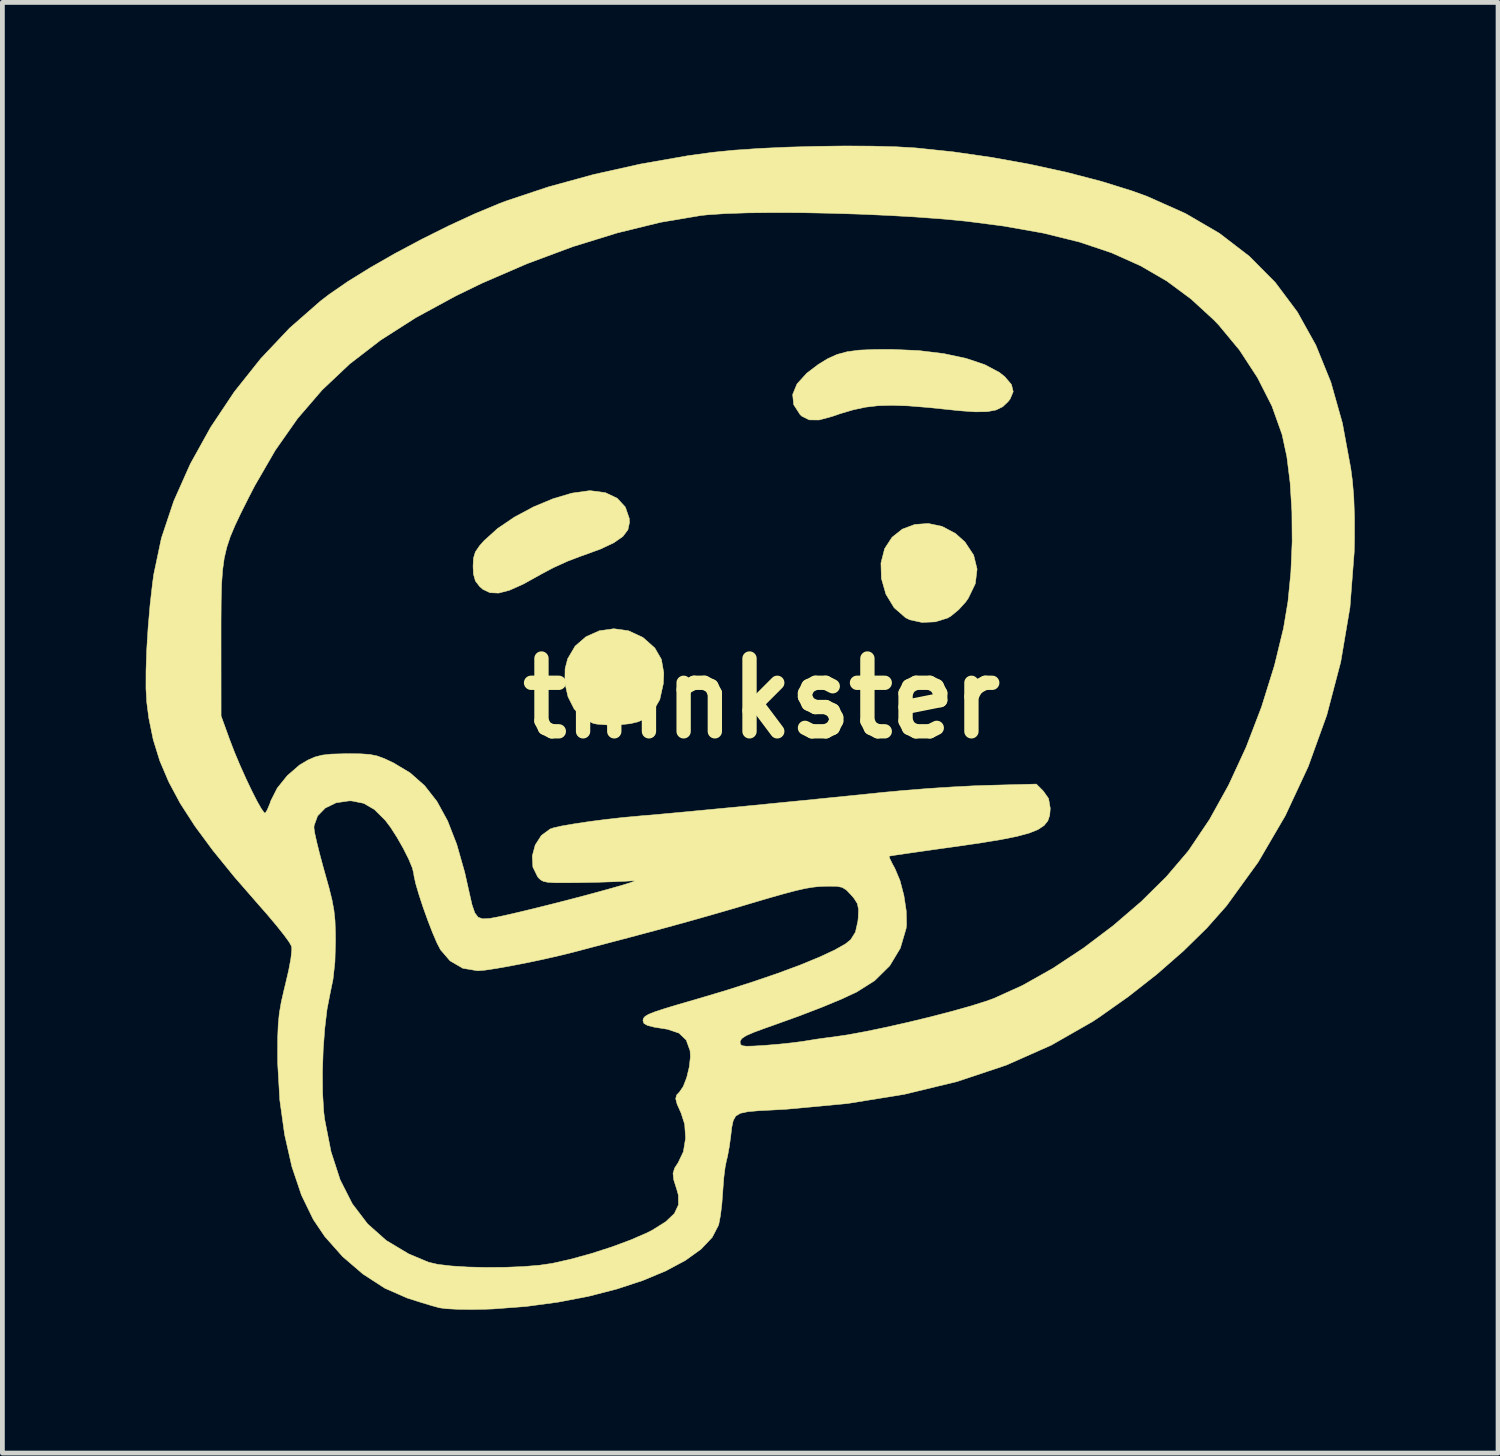
<source format=kicad_pcb>
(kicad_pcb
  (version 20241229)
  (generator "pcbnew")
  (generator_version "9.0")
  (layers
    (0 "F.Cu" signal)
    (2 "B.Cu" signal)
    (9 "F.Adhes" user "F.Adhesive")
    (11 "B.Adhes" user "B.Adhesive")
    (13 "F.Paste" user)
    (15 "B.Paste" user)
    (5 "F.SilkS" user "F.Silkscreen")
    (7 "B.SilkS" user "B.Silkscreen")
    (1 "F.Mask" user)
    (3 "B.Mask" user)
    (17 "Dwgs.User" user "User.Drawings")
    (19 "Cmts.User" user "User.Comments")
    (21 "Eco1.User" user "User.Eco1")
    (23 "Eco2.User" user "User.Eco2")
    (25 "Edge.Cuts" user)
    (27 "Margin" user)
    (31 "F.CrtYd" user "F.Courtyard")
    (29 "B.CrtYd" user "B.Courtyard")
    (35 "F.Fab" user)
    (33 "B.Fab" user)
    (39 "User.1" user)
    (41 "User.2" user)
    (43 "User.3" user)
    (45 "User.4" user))
  (footprint "thinkster"
    (layer "F.Cu")
    (at 12.891 11.567)
    (property "Reference" "thinkster" (at 0 0 0) (layer "F.SilkS") (effects (font (size 1.524 1.524) (thickness 0.3))))
    (attr through_hole)
    (fp_poly (pts (xy 3.776 -3.6) (xy 4.055 -3.453) (xy 4.255 -3.274) (xy 4.437 -2.999) (xy 4.509 -2.706) (xy 4.472 -2.401) (xy 4.325 -2.096) (xy 4.271 -2.019) (xy 4.125 -1.858) (xy 3.963 -1.724) (xy 3.892 -1.682) (xy 3.634 -1.602) (xy 3.355 -1.59) (xy 3.101 -1.645) (xy 3.013 -1.688) (xy 2.773 -1.897) (xy 2.601 -2.18) (xy 2.506 -2.511) (xy 2.497 -2.833) (xy 2.574 -3.135) (xy 2.73 -3.373) (xy 2.945 -3.543) (xy 3.204 -3.64) (xy 3.487 -3.661) (xy 3.776 -3.6)) (stroke (width 0.01) (type solid)) (fill yes) (layer "F.SilkS"))
    (fp_poly (pts (xy -2.785 -1.415) (xy -2.494 -1.28) (xy -2.472 -1.265) (xy -2.236 -1.055) (xy -2.098 -0.817) (xy -2.048 -0.53) (xy -2.058 -0.308) (xy -2.132 0.026) (xy -2.277 0.275) (xy -2.497 0.449) (xy -2.578 0.487) (xy -2.746 0.529) (xy -2.979 0.553) (xy -3.23 0.556) (xy -3.452 0.538) (xy -3.525 0.523) (xy -3.747 0.413) (xy -3.926 0.218) (xy -4.053 -0.035) (xy -4.119 -0.323) (xy -4.114 -0.621) (xy -4.06 -0.829) (xy -3.904 -1.094) (xy -3.676 -1.291) (xy -3.398 -1.415) (xy -3.094 -1.458) (xy -2.785 -1.415)) (stroke (width 0.01) (type solid)) (fill yes) (layer "F.SilkS"))
    (fp_poly (pts (xy -3.268 -4.305) (xy -3.022 -4.188) (xy -2.853 -4.005) (xy -2.771 -3.768) (xy -2.766 -3.682) (xy -2.799 -3.529) (xy -2.904 -3.39) (xy -3.092 -3.258) (xy -3.372 -3.126) (xy -3.753 -2.987) (xy -3.79 -2.975) (xy -4.06 -2.872) (xy -4.361 -2.735) (xy -4.628 -2.593) (xy -4.636 -2.588) (xy -4.993 -2.39) (xy -5.278 -2.263) (xy -5.504 -2.204) (xy -5.686 -2.212) (xy -5.836 -2.283) (xy -5.901 -2.34) (xy -5.991 -2.457) (xy -6.032 -2.602) (xy -6.04 -2.764) (xy -6.031 -2.937) (xy -5.992 -3.065) (xy -5.904 -3.194) (xy -5.806 -3.304) (xy -5.525 -3.557) (xy -5.172 -3.796) (xy -4.776 -4.008) (xy -4.366 -4.179) (xy -3.971 -4.296) (xy -3.619 -4.345) (xy -3.576 -4.346) (xy -3.268 -4.305)) (stroke (width 0.01) (type solid)) (fill yes) (layer "F.SilkS"))
    (fp_poly (pts (xy 3.284 -7.28) (xy 3.812 -7.216) (xy 4.279 -7.116) (xy 4.672 -6.984) (xy 4.975 -6.823) (xy 5.089 -6.732) (xy 5.229 -6.568) (xy 5.265 -6.42) (xy 5.2 -6.265) (xy 5.156 -6.209) (xy 5.045 -6.104) (xy 4.906 -6.036) (xy 4.721 -6.001) (xy 4.471 -5.997) (xy 4.136 -6.021) (xy 3.986 -6.037) (xy 3.484 -6.089) (xy 3.072 -6.122) (xy 2.73 -6.134) (xy 2.438 -6.126) (xy 2.174 -6.095) (xy 1.918 -6.04) (xy 1.65 -5.961) (xy 1.475 -5.901) (xy 1.201 -5.827) (xy 0.996 -5.829) (xy 0.841 -5.906) (xy 0.804 -5.941) (xy 0.67 -6.148) (xy 0.649 -6.361) (xy 0.74 -6.581) (xy 0.945 -6.807) (xy 1.19 -6.993) (xy 1.386 -7.112) (xy 1.577 -7.198) (xy 1.788 -7.255) (xy 2.042 -7.289) (xy 2.365 -7.303) (xy 2.709 -7.305) (xy 3.284 -7.28)) (stroke (width 0.01) (type solid)) (fill yes) (layer "F.SilkS"))
    (fp_poly (pts (xy 2.309 -11.559) (xy 2.823 -11.545) (xy 3.227 -11.521) (xy 4.009 -11.439) (xy 4.814 -11.323) (xy 5.617 -11.178) (xy 6.393 -11.008) (xy 7.118 -10.819) (xy 7.768 -10.616) (xy 8.072 -10.505) (xy 8.87 -10.149) (xy 9.581 -9.734) (xy 10.206 -9.254) (xy 10.749 -8.707) (xy 11.212 -8.088) (xy 11.599 -7.393) (xy 11.913 -6.619) (xy 12.155 -5.761) (xy 12.33 -4.814) (xy 12.364 -4.556) (xy 12.393 -4.215) (xy 12.408 -3.792) (xy 12.408 -3.318) (xy 12.402 -3.06) (xy 12.313 -1.904) (xy 12.12 -0.763) (xy 11.828 0.35) (xy 11.44 1.426) (xy 10.96 2.455) (xy 10.393 3.425) (xy 9.74 4.327) (xy 9.722 4.35) (xy 9.316 4.808) (xy 8.826 5.288) (xy 8.273 5.772) (xy 7.677 6.24) (xy 7.061 6.675) (xy 6.923 6.766) (xy 6.062 7.258) (xy 5.119 7.676) (xy 4.093 8.019) (xy 2.985 8.287) (xy 1.792 8.48) (xy 0.515 8.599) (xy 0.266 8.613) (xy -0.061 8.63) (xy -0.292 8.65) (xy -0.447 8.684) (xy -0.542 8.742) (xy -0.595 8.836) (xy -0.625 8.976) (xy -0.648 9.172) (xy -0.678 9.388) (xy -0.714 9.585) (xy -0.738 9.68) (xy -0.765 9.816) (xy -0.791 10.025) (xy -0.81 10.267) (xy -0.814 10.329) (xy -0.833 10.583) (xy -0.862 10.822) (xy -0.896 11.001) (xy -0.903 11.027) (xy -1.035 11.281) (xy -1.269 11.528) (xy -1.596 11.763) (xy -2.005 11.982) (xy -2.487 12.183) (xy -3.031 12.362) (xy -3.626 12.515) (xy -4.264 12.637) (xy -4.933 12.727) (xy -5.623 12.779) (xy -5.786 12.785) (xy -6.085 12.79) (xy -6.364 12.786) (xy -6.593 12.774) (xy -6.741 12.755) (xy -6.745 12.754) (xy -6.908 12.709) (xy -7.134 12.641) (xy -7.379 12.563) (xy -7.422 12.549) (xy -7.887 12.345) (xy -8.344 12.049) (xy -8.771 11.682) (xy -9.143 11.263) (xy -9.384 10.906) (xy -9.631 10.398) (xy -9.832 9.801) (xy -9.984 9.132) (xy -10.085 8.407) (xy -10.129 7.643) (xy -10.131 7.451) (xy -10.129 7.099) (xy -10.118 6.824) (xy -10.095 6.59) (xy -10.055 6.359) (xy -9.995 6.096) (xy -9.967 5.982) (xy -9.899 5.691) (xy -9.853 5.444) (xy -9.834 5.265) (xy -9.838 5.192) (xy -9.886 5.104) (xy -9.998 4.95) (xy -10.159 4.748) (xy -10.355 4.515) (xy -10.504 4.346) (xy -11.037 3.734) (xy -11.487 3.18) (xy -11.834 2.71) (xy -9.37 2.71) (xy -9.355 2.815) (xy -9.313 3.004) (xy -9.251 3.254) (xy -9.174 3.54) (xy -9.145 3.643) (xy -9.053 3.972) (xy -8.99 4.228) (xy -8.951 4.443) (xy -8.929 4.653) (xy -8.921 4.89) (xy -8.919 5.08) (xy -8.931 5.514) (xy -8.971 5.879) (xy -9.033 6.181) (xy -9.096 6.505) (xy -9.144 6.908) (xy -9.177 7.357) (xy -9.192 7.818) (xy -9.189 8.259) (xy -9.166 8.645) (xy -9.147 8.805) (xy -9.013 9.487) (xy -8.822 10.076) (xy -8.568 10.577) (xy -8.247 10.999) (xy -7.855 11.347) (xy -7.386 11.627) (xy -6.971 11.801) (xy -6.777 11.846) (xy -6.495 11.879) (xy -6.151 11.901) (xy -5.77 11.91) (xy -5.376 11.907) (xy -4.995 11.892) (xy -4.651 11.864) (xy -4.383 11.825) (xy -3.989 11.736) (xy -3.562 11.618) (xy -3.134 11.48) (xy -2.738 11.333) (xy -2.406 11.189) (xy -2.291 11.131) (xy -2.007 10.953) (xy -1.826 10.781) (xy -1.741 10.599) (xy -1.743 10.396) (xy -1.777 10.275) (xy -1.84 10.076) (xy -1.855 9.941) (xy -1.82 9.828) (xy -1.747 9.716) (xy -1.638 9.487) (xy -1.592 9.205) (xy -1.611 8.913) (xy -1.686 8.679) (xy -1.769 8.494) (xy -1.799 8.378) (xy -1.779 8.3) (xy -1.721 8.24) (xy -1.641 8.123) (xy -1.568 7.934) (xy -1.515 7.714) (xy -1.491 7.503) (xy -1.498 7.374) (xy -1.579 7.151) (xy -1.73 7.006) (xy -1.966 6.926) (xy -2.014 6.918) (xy -2.249 6.881) (xy -2.392 6.844) (xy -2.464 6.802) (xy -2.484 6.745) (xy -2.484 6.743) (xy -2.475 6.698) (xy -2.441 6.657) (xy -2.368 6.613) (xy -2.241 6.562) (xy -2.047 6.498) (xy -1.773 6.415) (xy -1.404 6.308) (xy -1.383 6.302) (xy -0.764 6.118) (xy -0.185 5.933) (xy 0.344 5.752) (xy 0.813 5.578) (xy 1.211 5.414) (xy 1.529 5.266) (xy 1.755 5.138) (xy 1.864 5.05) (xy 1.963 4.892) (xy 2.014 4.664) (xy 2.02 4.609) (xy 2.028 4.421) (xy 2.004 4.296) (xy 1.933 4.184) (xy 1.873 4.114) (xy 1.774 4.011) (xy 1.685 3.955) (xy 1.567 3.932) (xy 1.382 3.931) (xy 1.329 3.932) (xy 1.197 3.938) (xy 1.061 3.953) (xy 0.908 3.979) (xy 0.719 4.022) (xy 0.481 4.085) (xy 0.176 4.171) (xy -0.211 4.285) (xy -0.508 4.374) (xy -0.748 4.444) (xy -1.05 4.531) (xy -1.369 4.622) (xy -1.552 4.673) (xy -1.768 4.733) (xy -1.983 4.792) (xy -2.215 4.855) (xy -2.481 4.926) (xy -2.797 5.01) (xy -3.18 5.111) (xy -3.647 5.234) (xy -3.923 5.307) (xy -4.228 5.383) (xy -4.567 5.46) (xy -4.917 5.534) (xy -5.254 5.599) (xy -5.552 5.652) (xy -5.79 5.688) (xy -5.943 5.701) (xy -5.946 5.701) (xy -6.256 5.648) (xy -6.522 5.493) (xy -6.722 5.261) (xy -6.796 5.118) (xy -6.888 4.903) (xy -6.988 4.644) (xy -7.087 4.369) (xy -7.174 4.103) (xy -7.241 3.875) (xy -7.277 3.712) (xy -7.281 3.669) (xy -7.311 3.547) (xy -7.389 3.36) (xy -7.501 3.138) (xy -7.632 2.908) (xy -7.766 2.699) (xy -7.877 2.552) (xy -8.104 2.326) (xy -8.329 2.196) (xy -8.578 2.146) (xy -8.636 2.145) (xy -8.908 2.185) (xy -9.133 2.295) (xy -9.294 2.46) (xy -9.367 2.662) (xy -9.37 2.71) (xy -11.834 2.71) (xy -11.862 2.672) (xy -12.168 2.198) (xy -12.41 1.746) (xy -12.597 1.306) (xy -12.734 0.864) (xy -12.827 0.41) (xy -12.869 0.085) (xy -12.886 -0.206) (xy -12.885 -0.582) (xy -12.87 -1.017) (xy -12.841 -1.485) (xy -12.83 -1.609) (xy -11.315 -1.609) (xy -11.315 -1.214) (xy -11.314 0.367) (xy -11.134 0.864) (xy -11.036 1.119) (xy -10.921 1.393) (xy -10.798 1.668) (xy -10.677 1.923) (xy -10.566 2.142) (xy -10.474 2.305) (xy -10.411 2.393) (xy -10.391 2.402) (xy -10.349 2.337) (xy -10.293 2.204) (xy -10.273 2.144) (xy -10.139 1.879) (xy -9.929 1.618) (xy -9.675 1.397) (xy -9.496 1.29) (xy -9.348 1.226) (xy -9.196 1.187) (xy -9.008 1.166) (xy -8.749 1.159) (xy -8.663 1.158) (xy -8.395 1.16) (xy -8.203 1.173) (xy -8.049 1.204) (xy -7.896 1.26) (xy -7.708 1.349) (xy -7.707 1.349) (xy -7.357 1.559) (xy -7.055 1.825) (xy -6.796 2.156) (xy -6.573 2.563) (xy -6.381 3.056) (xy -6.214 3.644) (xy -6.122 4.055) (xy -6.062 4.319) (xy -6.004 4.488) (xy -5.934 4.581) (xy -5.837 4.614) (xy -5.699 4.606) (xy -5.676 4.603) (xy -5.516 4.573) (xy -5.292 4.524) (xy -5.017 4.46) (xy -4.706 4.384) (xy -4.373 4.301) (xy -4.033 4.214) (xy -3.701 4.127) (xy -3.391 4.043) (xy -3.118 3.967) (xy -2.895 3.903) (xy -2.738 3.854) (xy -2.66 3.823) (xy -2.677 3.816) (xy -2.681 3.816) (xy -2.868 3.828) (xy -3.134 3.839) (xy -3.445 3.849) (xy -3.767 3.855) (xy -3.8 3.856) (xy -4.112 3.859) (xy -4.33 3.858) (xy -4.476 3.849) (xy -4.569 3.829) (xy -4.629 3.796) (xy -4.677 3.748) (xy -4.689 3.733) (xy -4.788 3.531) (xy -4.801 3.299) (xy -4.739 3.068) (xy -4.611 2.869) (xy -4.427 2.734) (xy -4.363 2.711) (xy -4.188 2.671) (xy -3.926 2.626) (xy -3.606 2.578) (xy -3.253 2.532) (xy -2.894 2.492) (xy -2.555 2.461) (xy -2.512 2.457) (xy -2.312 2.441) (xy -2.015 2.414) (xy -1.637 2.379) (xy -1.194 2.337) (xy -0.701 2.29) (xy -0.173 2.239) (xy 0.373 2.185) (xy 0.923 2.131) (xy 1.46 2.077) (xy 1.969 2.026) (xy 2.435 1.978) (xy 2.54 1.967) (xy 2.983 1.926) (xy 3.475 1.887) (xy 3.973 1.854) (xy 4.434 1.83) (xy 4.723 1.82) (xy 5.749 1.793) (xy 5.894 1.938) (xy 6.005 2.095) (xy 6.039 2.292) (xy 6.04 2.309) (xy 6.029 2.447) (xy 5.99 2.563) (xy 5.911 2.661) (xy 5.784 2.745) (xy 5.597 2.82) (xy 5.34 2.889) (xy 5.003 2.956) (xy 4.576 3.026) (xy 4.047 3.103) (xy 3.992 3.11) (xy 3.622 3.162) (xy 3.291 3.209) (xy 3.014 3.249) (xy 2.809 3.279) (xy 2.69 3.298) (xy 2.666 3.302) (xy 2.682 3.353) (xy 2.74 3.471) (xy 2.79 3.562) (xy 2.896 3.814) (xy 2.977 4.124) (xy 3.026 4.446) (xy 3.033 4.732) (xy 3.024 4.814) (xy 2.902 5.229) (xy 2.681 5.596) (xy 2.364 5.909) (xy 1.988 6.146) (xy 1.677 6.291) (xy 1.27 6.46) (xy 0.781 6.648) (xy 0.222 6.849) (xy 0.099 6.892) (xy -0.16 6.987) (xy -0.327 7.06) (xy -0.418 7.121) (xy -0.451 7.179) (xy -0.451 7.191) (xy -0.444 7.24) (xy -0.407 7.269) (xy -0.32 7.28) (xy -0.161 7.276) (xy 0.078 7.261) (xy 0.355 7.238) (xy 0.63 7.209) (xy 0.856 7.18) (xy 0.91 7.171) (xy 1.152 7.132) (xy 1.406 7.097) (xy 1.496 7.086) (xy 1.798 7.042) (xy 2.178 6.972) (xy 2.611 6.882) (xy 3.071 6.778) (xy 3.534 6.666) (xy 3.976 6.551) (xy 4.372 6.44) (xy 4.696 6.338) (xy 4.854 6.282) (xy 5.461 6.007) (xy 6.096 5.649) (xy 6.737 5.225) (xy 7.362 4.753) (xy 7.948 4.249) (xy 8.472 3.731) (xy 8.911 3.216) (xy 8.947 3.169) (xy 9.373 2.536) (xy 9.774 1.813) (xy 10.14 1.021) (xy 10.462 0.18) (xy 10.733 -0.689) (xy 10.923 -1.472) (xy 11.016 -2.028) (xy 11.076 -2.637) (xy 11.103 -3.272) (xy 11.098 -3.906) (xy 11.061 -4.511) (xy 10.992 -5.062) (xy 10.892 -5.524) (xy 10.681 -6.116) (xy 10.378 -6.713) (xy 10.002 -7.289) (xy 9.568 -7.813) (xy 9.459 -7.926) (xy 8.987 -8.359) (xy 8.481 -8.734) (xy 7.93 -9.054) (xy 7.323 -9.326) (xy 6.648 -9.552) (xy 5.896 -9.738) (xy 5.055 -9.887) (xy 4.29 -9.986) (xy 3.799 -10.033) (xy 3.249 -10.074) (xy 2.657 -10.108) (xy 2.041 -10.135) (xy 1.421 -10.154) (xy 0.813 -10.166) (xy 0.237 -10.168) (xy -0.291 -10.162) (xy -0.751 -10.147) (xy -1.125 -10.122) (xy -1.27 -10.107) (xy -2.116 -9.964) (xy -3.018 -9.743) (xy -3.956 -9.453) (xy -4.91 -9.098) (xy -5.86 -8.687) (xy -6.403 -8.423) (xy -7.238 -7.969) (xy -7.974 -7.499) (xy -8.623 -6.999) (xy -9.198 -6.456) (xy -9.712 -5.859) (xy -10.178 -5.195) (xy -10.609 -4.451) (xy -10.736 -4.205) (xy -10.896 -3.886) (xy -11.023 -3.618) (xy -11.122 -3.383) (xy -11.195 -3.161) (xy -11.248 -2.935) (xy -11.282 -2.686) (xy -11.303 -2.394) (xy -11.312 -2.042) (xy -11.315 -1.609) (xy -12.83 -1.609) (xy -12.8 -1.96) (xy -12.748 -2.415) (xy -12.723 -2.596) (xy -12.563 -3.354) (xy -12.304 -4.13) (xy -11.957 -4.909) (xy -11.531 -5.676) (xy -11.037 -6.416) (xy -10.483 -7.112) (xy -9.88 -7.75) (xy -9.236 -8.314) (xy -9.051 -8.456) (xy -8.664 -8.723) (xy -8.194 -9.014) (xy -7.668 -9.315) (xy -7.109 -9.612) (xy -6.543 -9.894) (xy -5.994 -10.147) (xy -5.487 -10.358) (xy -5.346 -10.411) (xy -4.472 -10.703) (xy -3.521 -10.964) (xy -2.53 -11.185) (xy -1.532 -11.36) (xy -1.016 -11.43) (xy -0.573 -11.474) (xy -0.048 -11.51) (xy 0.53 -11.537) (xy 1.135 -11.554) (xy 1.737 -11.562) (xy 2.309 -11.559)) (stroke (width 0.01) (type solid)) (fill yes) (layer "F.SilkS")))
  (gr_rect
    (start -3 -3)
    (end 28.304 27.362)
    (stroke (width 0.1) (type default))
    (fill no)
    (layer "Edge.Cuts")))
</source>
